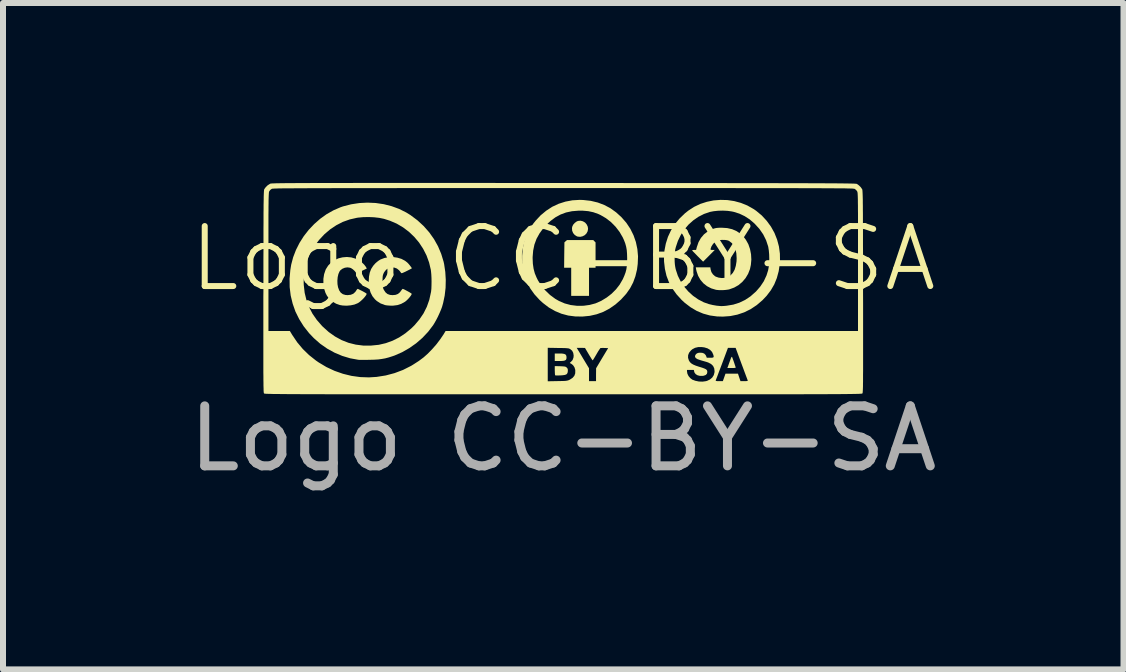
<source format=kicad_pcb>
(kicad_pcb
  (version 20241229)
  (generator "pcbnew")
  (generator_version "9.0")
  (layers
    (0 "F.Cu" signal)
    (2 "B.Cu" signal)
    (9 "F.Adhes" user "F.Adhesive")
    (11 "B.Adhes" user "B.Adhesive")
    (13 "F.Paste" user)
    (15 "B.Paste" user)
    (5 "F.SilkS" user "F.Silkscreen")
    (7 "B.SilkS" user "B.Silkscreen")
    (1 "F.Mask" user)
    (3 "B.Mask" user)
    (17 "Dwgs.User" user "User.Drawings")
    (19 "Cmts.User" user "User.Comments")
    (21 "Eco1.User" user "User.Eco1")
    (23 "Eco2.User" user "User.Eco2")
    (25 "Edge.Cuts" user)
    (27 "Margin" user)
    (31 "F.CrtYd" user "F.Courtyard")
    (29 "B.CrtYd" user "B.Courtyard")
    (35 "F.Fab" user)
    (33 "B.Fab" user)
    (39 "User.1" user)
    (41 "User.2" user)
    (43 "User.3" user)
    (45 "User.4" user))
  (footprint "Logo CC-BY-SA"
    (layer "F.Cu")
    (at 6.339 1.761)
    (property "Reference" "Logo CC-BY-SA" (at 0 -0.5 0) (unlocked yes) (layer "F.SilkS") (effects (font (size 1 1) (thickness 0.1))))
    (attr through_hole)
    (fp_poly (pts (xy -0.019 1.083) (xy 0.014 1.088) (xy 0.036 1.097) (xy 0.048 1.111) (xy 0.054 1.132) (xy 0.055 1.147) (xy 0.053 1.171) (xy 0.045 1.187) (xy 0.029 1.198) (xy 0.004 1.204) (xy -0.034 1.207) (xy -0.059 1.207) (xy -0.141 1.207) (xy -0.141 1.145) (xy -0.141 1.082) (xy -0.066 1.082)) (stroke (width 0) (type solid)) (fill yes) (layer "F.SilkS"))
    (fp_poly (pts (xy 0.52 -0.789) (xy 0.539 -0.77) (xy 0.539 -0.559) (xy 0.539 -0.348) (xy 0.484 -0.348) (xy 0.43 -0.348) (xy 0.43 -0.113) (xy 0.43 0.121) (xy 0.281 0.121) (xy 0.133 0.121) (xy 0.133 -0.113) (xy 0.133 -0.348) (xy 0.074 -0.348) (xy 0.015 -0.348) (xy 0.017 -0.559) (xy 0.02 -0.771) (xy 0.041 -0.79) (xy 0.063 -0.809) (xy 0.282 -0.809) (xy 0.501 -0.809)) (stroke (width 0) (type solid)) (fill yes) (layer "F.SilkS"))
    (fp_poly (pts (xy 0.328 -1.122) (xy 0.364 -1.101) (xy 0.391 -1.07) (xy 0.409 -1.032) (xy 0.414 -0.997) (xy 0.407 -0.956) (xy 0.388 -0.92) (xy 0.359 -0.891) (xy 0.323 -0.872) (xy 0.283 -0.863) (xy 0.241 -0.867) (xy 0.227 -0.872) (xy 0.192 -0.894) (xy 0.165 -0.926) (xy 0.149 -0.965) (xy 0.146 -1.007) (xy 0.15 -1.031) (xy 0.165 -1.064) (xy 0.191 -1.094) (xy 0.223 -1.118) (xy 0.246 -1.128) (xy 0.289 -1.132)) (stroke (width 0) (type solid)) (fill yes) (layer "F.SilkS"))
    (fp_poly (pts (xy 2.815 1.14) (xy 2.82 1.153) (xy 2.828 1.175) (xy 2.839 1.205) (xy 2.85 1.237) (xy 2.86 1.268) (xy 2.869 1.294) (xy 2.874 1.313) (xy 2.875 1.318) (xy 2.868 1.321) (xy 2.849 1.323) (xy 2.821 1.324) (xy 2.806 1.324) (xy 2.736 1.324) (xy 2.75 1.287) (xy 2.759 1.261) (xy 2.771 1.228) (xy 2.784 1.193) (xy 2.785 1.189) (xy 2.796 1.159) (xy 2.804 1.142) (xy 2.81 1.137)) (stroke (width 0) (type solid)) (fill yes) (layer "F.SilkS"))
    (fp_poly (pts (xy -0.051 1.294) (xy -0.012 1.296) (xy 0.015 1.298) (xy 0.033 1.301) (xy 0.045 1.306) (xy 0.055 1.313) (xy 0.058 1.316) (xy 0.071 1.331) (xy 0.076 1.347) (xy 0.077 1.37) (xy 0.077 1.374) (xy 0.073 1.4) (xy 0.064 1.419) (xy 0.049 1.432) (xy 0.023 1.44) (xy -0.014 1.445) (xy -0.048 1.447) (xy -0.082 1.448) (xy -0.11 1.448) (xy -0.129 1.447) (xy -0.135 1.445) (xy -0.137 1.435) (xy -0.139 1.413) (xy -0.14 1.383) (xy -0.141 1.365) (xy -0.141 1.292)) (stroke (width 0) (type solid)) (fill yes) (layer "F.SilkS"))
    (fp_poly (pts (xy -3.533 -0.52) (xy -3.461 -0.499) (xy -3.43 -0.486) (xy -3.391 -0.463) (xy -3.351 -0.432) (xy -3.316 -0.397) (xy -3.29 -0.363) (xy -3.288 -0.359) (xy -3.274 -0.335) (xy -3.361 -0.293) (xy -3.397 -0.275) (xy -3.421 -0.264) (xy -3.437 -0.258) (xy -3.446 -0.257) (xy -3.452 -0.26) (xy -3.455 -0.266) (xy -3.476 -0.293) (xy -3.505 -0.32) (xy -3.536 -0.341) (xy -3.554 -0.348) (xy -3.597 -0.354) (xy -3.64 -0.348) (xy -3.681 -0.331) (xy -3.714 -0.306) (xy -3.729 -0.286) (xy -3.748 -0.243) (xy -3.76 -0.19) (xy -3.765 -0.132) (xy -3.763 -0.074) (xy -3.754 -0.023) (xy -3.735 0.029) (xy -3.709 0.067) (xy -3.674 0.093) (xy -3.631 0.106) (xy -3.594 0.109) (xy -3.542 0.103) (xy -3.5 0.086) (xy -3.467 0.056) (xy -3.455 0.039) (xy -3.442 0.019) (xy -3.431 0.007) (xy -3.427 0.004) (xy -3.417 0.008) (xy -3.398 0.017) (xy -3.372 0.03) (xy -3.344 0.044) (xy -3.317 0.059) (xy -3.295 0.072) (xy -3.281 0.081) (xy -3.279 0.082) (xy -3.278 0.093) (xy -3.287 0.111) (xy -3.304 0.134) (xy -3.327 0.161) (xy -3.353 0.187) (xy -3.381 0.212) (xy -3.408 0.233) (xy -3.429 0.245) (xy -3.481 0.266) (xy -3.543 0.279) (xy -3.61 0.285) (xy -3.675 0.282) (xy -3.723 0.274) (xy -3.786 0.252) (xy -3.844 0.218) (xy -3.896 0.173) (xy -3.937 0.122) (xy -3.963 0.072) (xy -3.987 -0.003) (xy -3.998 -0.083) (xy -3.998 -0.163) (xy -3.986 -0.24) (xy -3.962 -0.311) (xy -3.957 -0.323) (xy -3.919 -0.383) (xy -3.87 -0.434) (xy -3.813 -0.474) (xy -3.748 -0.504) (xy -3.679 -0.521) (xy -3.607 -0.527)) (stroke (width 0) (type solid)) (fill yes) (layer "F.SilkS"))
    (fp_poly (pts (xy 2.733 -1.009) (xy 2.816 -0.99) (xy 2.89 -0.958) (xy 2.956 -0.914) (xy 3.013 -0.856) (xy 3.046 -0.812) (xy 3.086 -0.74) (xy 3.114 -0.659) (xy 3.131 -0.572) (xy 3.136 -0.483) (xy 3.128 -0.395) (xy 3.113 -0.325) (xy 3.082 -0.246) (xy 3.039 -0.174) (xy 2.985 -0.111) (xy 2.922 -0.058) (xy 2.85 -0.017) (xy 2.773 0.011) (xy 2.753 0.016) (xy 2.709 0.022) (xy 2.658 0.026) (xy 2.606 0.026) (xy 2.56 0.022) (xy 2.543 0.019) (xy 2.467 -0.004) (xy 2.398 -0.04) (xy 2.338 -0.087) (xy 2.288 -0.145) (xy 2.249 -0.213) (xy 2.223 -0.288) (xy 2.215 -0.323) (xy 2.21 -0.355) (xy 2.331 -0.355) (xy 2.452 -0.355) (xy 2.457 -0.321) (xy 2.47 -0.276) (xy 2.496 -0.237) (xy 2.53 -0.207) (xy 2.544 -0.199) (xy 2.59 -0.183) (xy 2.641 -0.176) (xy 2.693 -0.179) (xy 2.738 -0.19) (xy 2.741 -0.191) (xy 2.788 -0.22) (xy 2.827 -0.261) (xy 2.857 -0.314) (xy 2.877 -0.379) (xy 2.889 -0.453) (xy 2.891 -0.507) (xy 2.886 -0.588) (xy 2.871 -0.656) (xy 2.846 -0.713) (xy 2.812 -0.758) (xy 2.767 -0.793) (xy 2.758 -0.798) (xy 2.732 -0.806) (xy 2.697 -0.811) (xy 2.656 -0.812) (xy 2.616 -0.81) (xy 2.583 -0.804) (xy 2.576 -0.802) (xy 2.534 -0.779) (xy 2.498 -0.745) (xy 2.471 -0.703) (xy 2.458 -0.666) (xy 2.456 -0.653) (xy 2.46 -0.647) (xy 2.473 -0.645) (xy 2.49 -0.645) (xy 2.527 -0.645) (xy 2.43 -0.547) (xy 2.332 -0.449) (xy 2.24 -0.541) (xy 2.21 -0.572) (xy 2.184 -0.599) (xy 2.163 -0.62) (xy 2.151 -0.634) (xy 2.149 -0.639) (xy 2.156 -0.642) (xy 2.173 -0.644) (xy 2.182 -0.645) (xy 2.215 -0.645) (xy 2.228 -0.694) (xy 2.256 -0.775) (xy 2.296 -0.845) (xy 2.346 -0.904) (xy 2.407 -0.952) (xy 2.479 -0.989) (xy 2.495 -0.995) (xy 2.524 -1.004) (xy 2.55 -1.01) (xy 2.579 -1.013) (xy 2.615 -1.015) (xy 2.641 -1.015)) (stroke (width 0) (type solid)) (fill yes) (layer "F.SilkS"))
    (fp_poly (pts (xy -2.766 -0.516) (xy -2.698 -0.496) (xy -2.637 -0.464) (xy -2.601 -0.436) (xy -2.584 -0.419) (xy -2.565 -0.397) (xy -2.547 -0.374) (xy -2.532 -0.354) (xy -2.524 -0.341) (xy -2.524 -0.338) (xy -2.53 -0.334) (xy -2.548 -0.324) (xy -2.575 -0.31) (xy -2.607 -0.294) (xy -2.61 -0.293) (xy -2.646 -0.275) (xy -2.671 -0.264) (xy -2.687 -0.258) (xy -2.697 -0.257) (xy -2.702 -0.261) (xy -2.704 -0.264) (xy -2.735 -0.304) (xy -2.772 -0.334) (xy -2.815 -0.35) (xy -2.86 -0.353) (xy -2.865 -0.353) (xy -2.914 -0.339) (xy -2.953 -0.314) (xy -2.983 -0.276) (xy -2.99 -0.264) (xy -2.999 -0.244) (xy -3.005 -0.226) (xy -3.009 -0.207) (xy -3.011 -0.182) (xy -3.012 -0.148) (xy -3.012 -0.121) (xy -3.012 -0.079) (xy -3.011 -0.05) (xy -3.008 -0.027) (xy -3.003 -0.009) (xy -2.996 0.009) (xy -2.99 0.021) (xy -2.963 0.062) (xy -2.93 0.09) (xy -2.888 0.105) (xy -2.844 0.109) (xy -2.794 0.104) (xy -2.755 0.089) (xy -2.723 0.062) (xy -2.707 0.041) (xy -2.693 0.021) (xy -2.681 0.008) (xy -2.676 0.004) (xy -2.665 0.008) (xy -2.644 0.017) (xy -2.618 0.031) (xy -2.59 0.046) (xy -2.563 0.061) (xy -2.541 0.075) (xy -2.528 0.084) (xy -2.526 0.087) (xy -2.529 0.099) (xy -2.541 0.119) (xy -2.56 0.144) (xy -2.583 0.17) (xy -2.608 0.195) (xy -2.633 0.216) (xy -2.642 0.222) (xy -2.702 0.255) (xy -2.764 0.275) (xy -2.834 0.284) (xy -2.862 0.285) (xy -2.9 0.283) (xy -2.938 0.28) (xy -2.968 0.275) (xy -2.975 0.273) (xy -3.045 0.247) (xy -3.107 0.207) (xy -3.138 0.179) (xy -3.18 0.127) (xy -3.211 0.067) (xy -3.232 -0.001) (xy -3.241 -0.079) (xy -3.242 -0.12) (xy -3.238 -0.199) (xy -3.225 -0.267) (xy -3.202 -0.327) (xy -3.168 -0.38) (xy -3.134 -0.419) (xy -3.106 -0.444) (xy -3.076 -0.467) (xy -3.05 -0.483) (xy -3.049 -0.484) (xy -2.982 -0.51) (xy -2.91 -0.524) (xy -2.837 -0.526)) (stroke (width 0) (type solid)) (fill yes) (layer "F.SilkS"))
    (fp_poly (pts (xy 0.335 -1.477) (xy 0.459 -1.463) (xy 0.576 -1.435) (xy 0.684 -1.394) (xy 0.786 -1.34) (xy 0.882 -1.271) (xy 0.971 -1.19) (xy 1.052 -1.097) (xy 1.119 -0.996) (xy 1.172 -0.889) (xy 1.211 -0.777) (xy 1.236 -0.659) (xy 1.247 -0.537) (xy 1.242 -0.411) (xy 1.23 -0.317) (xy 1.203 -0.205) (xy 1.165 -0.101) (xy 1.114 -0.004) (xy 1.049 0.088) (xy 0.969 0.176) (xy 0.966 0.18) (xy 0.871 0.264) (xy 0.772 0.333) (xy 0.668 0.388) (xy 0.558 0.428) (xy 0.443 0.454) (xy 0.32 0.466) (xy 0.199 0.464) (xy 0.083 0.449) (xy -0.029 0.419) (xy -0.137 0.374) (xy -0.24 0.315) (xy -0.338 0.24) (xy -0.394 0.189) (xy -0.479 0.096) (xy -0.549 -0.002) (xy -0.605 -0.105) (xy -0.646 -0.214) (xy -0.672 -0.328) (xy -0.685 -0.45) (xy -0.685 -0.504) (xy -0.51 -0.504) (xy -0.506 -0.413) (xy -0.494 -0.331) (xy -0.474 -0.255) (xy -0.443 -0.181) (xy -0.422 -0.139) (xy -0.366 -0.05) (xy -0.297 0.032) (xy -0.219 0.107) (xy -0.132 0.171) (xy -0.071 0.206) (xy 0.024 0.247) (xy 0.125 0.274) (xy 0.231 0.287) (xy 0.34 0.286) (xy 0.441 0.272) (xy 0.539 0.246) (xy 0.634 0.204) (xy 0.726 0.148) (xy 0.807 0.085) (xy 0.88 0.012) (xy 0.94 -0.065) (xy 0.99 -0.151) (xy 0.993 -0.156) (xy 1.019 -0.215) (xy 1.039 -0.269) (xy 1.053 -0.323) (xy 1.061 -0.382) (xy 1.065 -0.448) (xy 1.066 -0.504) (xy 1.064 -0.579) (xy 1.059 -0.643) (xy 1.049 -0.699) (xy 1.034 -0.753) (xy 1.013 -0.808) (xy 0.993 -0.852) (xy 0.939 -0.945) (xy 0.873 -1.031) (xy 0.797 -1.108) (xy 0.712 -1.174) (xy 0.621 -1.227) (xy 0.584 -1.244) (xy 0.502 -1.273) (xy 0.417 -1.291) (xy 0.325 -1.299) (xy 0.254 -1.299) (xy 0.146 -1.29) (xy 0.047 -1.269) (xy -0.044 -1.235) (xy -0.129 -1.189) (xy -0.21 -1.129) (xy -0.253 -1.09) (xy -0.332 -1.007) (xy -0.395 -0.92) (xy -0.445 -0.83) (xy -0.48 -0.735) (xy -0.501 -0.634) (xy -0.51 -0.525) (xy -0.51 -0.504) (xy -0.685 -0.504) (xy -0.685 -0.546) (xy -0.675 -0.666) (xy -0.652 -0.778) (xy -0.615 -0.883) (xy -0.565 -0.984) (xy -0.5 -1.082) (xy -0.46 -1.132) (xy -0.376 -1.222) (xy -0.283 -1.299) (xy -0.183 -1.364) (xy -0.076 -1.414) (xy 0.037 -1.45) (xy 0.154 -1.472) (xy 0.275 -1.479)) (stroke (width 0) (type solid)) (fill yes) (layer "F.SilkS"))
    (fp_poly (pts (xy 2.736 -1.476) (xy 2.85 -1.459) (xy 2.961 -1.429) (xy 3.068 -1.386) (xy 3.169 -1.329) (xy 3.215 -1.298) (xy 3.31 -1.219) (xy 3.392 -1.13) (xy 3.463 -1.033) (xy 3.521 -0.929) (xy 3.565 -0.818) (xy 3.596 -0.702) (xy 3.612 -0.583) (xy 3.614 -0.461) (xy 3.61 -0.414) (xy 3.592 -0.29) (xy 3.561 -0.176) (xy 3.518 -0.07) (xy 3.461 0.028) (xy 3.391 0.12) (xy 3.322 0.193) (xy 3.226 0.275) (xy 3.124 0.343) (xy 3.016 0.396) (xy 2.903 0.434) (xy 2.785 0.458) (xy 2.661 0.467) (xy 2.563 0.464) (xy 2.446 0.448) (xy 2.333 0.417) (xy 2.226 0.372) (xy 2.123 0.311) (xy 2.026 0.237) (xy 1.973 0.188) (xy 1.888 0.094) (xy 1.818 -0.004) (xy 1.762 -0.106) (xy 1.721 -0.215) (xy 1.695 -0.329) (xy 1.681 -0.45) (xy 1.68 -0.498) (xy 1.857 -0.498) (xy 1.857 -0.496) (xy 1.858 -0.445) (xy 1.861 -0.405) (xy 1.866 -0.369) (xy 1.873 -0.332) (xy 1.878 -0.313) (xy 1.911 -0.213) (xy 1.958 -0.119) (xy 2.017 -0.031) (xy 2.086 0.049) (xy 2.164 0.12) (xy 2.25 0.18) (xy 2.342 0.228) (xy 2.427 0.258) (xy 2.49 0.273) (xy 2.558 0.285) (xy 2.623 0.291) (xy 2.633 0.292) (xy 2.649 0.291) (xy 2.676 0.29) (xy 2.71 0.287) (xy 2.727 0.285) (xy 2.835 0.267) (xy 2.936 0.235) (xy 3.032 0.189) (xy 3.122 0.129) (xy 3.208 0.053) (xy 3.212 0.05) (xy 3.284 -0.033) (xy 3.344 -0.123) (xy 3.389 -0.22) (xy 3.416 -0.306) (xy 3.426 -0.361) (xy 3.433 -0.427) (xy 3.435 -0.498) (xy 3.433 -0.57) (xy 3.427 -0.637) (xy 3.418 -0.695) (xy 3.416 -0.703) (xy 3.382 -0.806) (xy 3.334 -0.903) (xy 3.271 -0.994) (xy 3.195 -1.078) (xy 3.189 -1.084) (xy 3.109 -1.153) (xy 3.026 -1.207) (xy 2.938 -1.249) (xy 2.843 -1.279) (xy 2.811 -1.286) (xy 2.741 -1.296) (xy 2.663 -1.3) (xy 2.583 -1.298) (xy 2.507 -1.29) (xy 2.445 -1.278) (xy 2.346 -1.244) (xy 2.252 -1.196) (xy 2.166 -1.136) (xy 2.087 -1.065) (xy 2.018 -0.984) (xy 1.959 -0.893) (xy 1.912 -0.796) (xy 1.877 -0.692) (xy 1.866 -0.648) (xy 1.863 -0.622) (xy 1.86 -0.585) (xy 1.858 -0.543) (xy 1.857 -0.498) (xy 1.68 -0.498) (xy 1.68 -0.508) (xy 1.687 -0.63) (xy 1.71 -0.749) (xy 1.746 -0.863) (xy 1.797 -0.972) (xy 1.861 -1.074) (xy 1.939 -1.168) (xy 2.029 -1.255) (xy 2.087 -1.301) (xy 2.183 -1.363) (xy 2.286 -1.412) (xy 2.395 -1.447) (xy 2.507 -1.47) (xy 2.622 -1.479)) (stroke (width 0) (type solid)) (fill yes) (layer "F.SilkS"))
    (fp_poly (pts (xy -3.126 -1.427) (xy -2.991 -1.407) (xy -2.861 -1.374) (xy -2.735 -1.328) (xy -2.617 -1.269) (xy -2.546 -1.225) (xy -2.431 -1.139) (xy -2.327 -1.043) (xy -2.234 -0.938) (xy -2.154 -0.825) (xy -2.087 -0.705) (xy -2.034 -0.579) (xy -1.994 -0.448) (xy -1.985 -0.406) (xy -1.966 -0.278) (xy -1.958 -0.146) (xy -1.961 -0.013) (xy -1.976 0.117) (xy -2.002 0.241) (xy -2.02 0.305) (xy -2.038 0.353) (xy -2.062 0.409) (xy -2.089 0.468) (xy -2.119 0.526) (xy -2.148 0.577) (xy -2.169 0.611) (xy -2.252 0.72) (xy -2.347 0.821) (xy -2.452 0.912) (xy -2.566 0.992) (xy -2.685 1.06) (xy -2.81 1.115) (xy -2.848 1.128) (xy -2.911 1.148) (xy -2.968 1.163) (xy -3.025 1.173) (xy -3.084 1.181) (xy -3.151 1.185) (xy -3.229 1.187) (xy -3.231 1.187) (xy -3.28 1.188) (xy -3.326 1.188) (xy -3.366 1.188) (xy -3.396 1.188) (xy -3.413 1.187) (xy -3.414 1.187) (xy -3.551 1.162) (xy -3.684 1.122) (xy -3.812 1.068) (xy -3.934 1.001) (xy -4.05 0.92) (xy -4.157 0.826) (xy -4.236 0.743) (xy -4.326 0.629) (xy -4.402 0.508) (xy -4.464 0.383) (xy -4.51 0.252) (xy -4.543 0.116) (xy -4.56 -0.023) (xy -4.561 -0.11) (xy -4.327 -0.11) (xy -4.325 -0.059) (xy -4.31 0.071) (xy -4.28 0.193) (xy -4.237 0.308) (xy -4.18 0.418) (xy -4.108 0.522) (xy -4.021 0.622) (xy -4.007 0.636) (xy -3.908 0.725) (xy -3.803 0.799) (xy -3.693 0.859) (xy -3.578 0.904) (xy -3.458 0.934) (xy -3.333 0.95) (xy -3.204 0.95) (xy -3.075 0.937) (xy -2.959 0.91) (xy -2.845 0.869) (xy -2.735 0.814) (xy -2.631 0.745) (xy -2.532 0.663) (xy -2.48 0.612) (xy -2.397 0.514) (xy -2.328 0.412) (xy -2.274 0.304) (xy -2.233 0.189) (xy -2.206 0.066) (xy -2.203 0.051) (xy -2.198 0.005) (xy -2.196 -0.051) (xy -2.195 -0.114) (xy -2.196 -0.177) (xy -2.199 -0.237) (xy -2.204 -0.289) (xy -2.207 -0.313) (xy -2.236 -0.435) (xy -2.279 -0.553) (xy -2.335 -0.663) (xy -2.403 -0.767) (xy -2.482 -0.861) (xy -2.571 -0.946) (xy -2.669 -1.02) (xy -2.776 -1.083) (xy -2.89 -1.132) (xy -2.988 -1.163) (xy -3.066 -1.179) (xy -3.153 -1.189) (xy -3.245 -1.193) (xy -3.336 -1.191) (xy -3.421 -1.183) (xy -3.44 -1.18) (xy -3.559 -1.153) (xy -3.674 -1.112) (xy -3.783 -1.056) (xy -3.886 -0.987) (xy -3.982 -0.905) (xy -4.07 -0.811) (xy -4.15 -0.705) (xy -4.183 -0.654) (xy -4.233 -0.557) (xy -4.274 -0.45) (xy -4.303 -0.338) (xy -4.321 -0.223) (xy -4.327 -0.11) (xy -4.561 -0.11) (xy -4.562 -0.166) (xy -4.549 -0.311) (xy -4.535 -0.398) (xy -4.502 -0.523) (xy -4.455 -0.645) (xy -4.396 -0.762) (xy -4.325 -0.874) (xy -4.243 -0.979) (xy -4.151 -1.076) (xy -4.051 -1.164) (xy -3.945 -1.24) (xy -3.832 -1.304) (xy -3.715 -1.355) (xy -3.672 -1.37) (xy -3.537 -1.405) (xy -3.4 -1.426) (xy -3.263 -1.433)) (stroke (width 0) (type solid)) (fill yes) (layer "F.SilkS"))
    (fp_poly (pts (xy -2.403 -1.761) (xy -2.18 -1.761) (xy -1.945 -1.761) (xy -1.696 -1.761) (xy -1.434 -1.761) (xy -1.157 -1.761) (xy -0.867 -1.76) (xy -0.561 -1.76) (xy -0.241 -1.76) (xy 0.012 -1.76) (xy 0.342 -1.76) (xy 0.657 -1.76) (xy 0.958 -1.76) (xy 1.243 -1.759) (xy 1.515 -1.759) (xy 1.773 -1.759) (xy 2.017 -1.759) (xy 2.248 -1.759) (xy 2.466 -1.759) (xy 2.673 -1.759) (xy 2.867 -1.758) (xy 3.049 -1.758) (xy 3.22 -1.758) (xy 3.38 -1.758) (xy 3.53 -1.758) (xy 3.669 -1.757) (xy 3.799 -1.757) (xy 3.919 -1.757) (xy 4.03 -1.757) (xy 4.132 -1.756) (xy 4.226 -1.756) (xy 4.312 -1.756) (xy 4.39 -1.755) (xy 4.461 -1.755) (xy 4.525 -1.755) (xy 4.582 -1.754) (xy 4.633 -1.754) (xy 4.678 -1.753) (xy 4.718 -1.753) (xy 4.753 -1.752) (xy 4.782 -1.752) (xy 4.808 -1.751) (xy 4.829 -1.75) (xy 4.846 -1.75) (xy 4.861 -1.749) (xy 4.872 -1.748) (xy 4.881 -1.748) (xy 4.887 -1.747) (xy 4.892 -1.746) (xy 4.895 -1.745) (xy 4.896 -1.744) (xy 4.929 -1.721) (xy 4.961 -1.689) (xy 4.983 -1.657) (xy 4.984 -1.654) (xy 4.986 -1.649) (xy 4.987 -1.642) (xy 4.988 -1.632) (xy 4.989 -1.618) (xy 4.99 -1.601) (xy 4.991 -1.579) (xy 4.992 -1.552) (xy 4.993 -1.519) (xy 4.994 -1.479) (xy 4.994 -1.432) (xy 4.995 -1.378) (xy 4.995 -1.315) (xy 4.996 -1.243) (xy 4.996 -1.161) (xy 4.996 -1.07) (xy 4.997 -0.967) (xy 4.997 -0.853) (xy 4.997 -0.727) (xy 4.998 -0.588) (xy 4.998 -0.436) (xy 4.998 -0.27) (xy 4.998 -0.09) (xy 4.998 0.05) (xy 4.999 0.242) (xy 4.999 0.418) (xy 4.999 0.58) (xy 4.999 0.729) (xy 4.999 0.864) (xy 4.999 0.987) (xy 4.999 1.097) (xy 4.999 1.197) (xy 4.999 1.286) (xy 4.999 1.364) (xy 4.998 1.433) (xy 4.998 1.494) (xy 4.998 1.546) (xy 4.997 1.59) (xy 4.997 1.627) (xy 4.996 1.658) (xy 4.995 1.683) (xy 4.994 1.703) (xy 4.993 1.718) (xy 4.992 1.73) (xy 4.991 1.738) (xy 4.99 1.743) (xy 4.988 1.746) (xy 4.987 1.747) (xy 4.986 1.748) (xy 4.984 1.749) (xy 4.981 1.75) (xy 4.976 1.751) (xy 4.97 1.752) (xy 4.961 1.753) (xy 4.949 1.753) (xy 4.934 1.754) (xy 4.916 1.755) (xy 4.895 1.755) (xy 4.869 1.756) (xy 4.839 1.756) (xy 4.804 1.757) (xy 4.764 1.757) (xy 4.719 1.758) (xy 4.667 1.758) (xy 4.61 1.759) (xy 4.546 1.759) (xy 4.475 1.759) (xy 4.396 1.76) (xy 4.31 1.76) (xy 4.216 1.76) (xy 4.114 1.76) (xy 4.003 1.761) (xy 3.883 1.761) (xy 3.754 1.761) (xy 3.614 1.761) (xy 3.465 1.761) (xy 3.305 1.761) (xy 3.134 1.761) (xy 2.952 1.761) (xy 2.758 1.762) (xy 2.553 1.762) (xy 2.335 1.762) (xy 2.105 1.762) (xy 1.861 1.762) (xy 1.604 1.762) (xy 1.334 1.762) (xy 1.049 1.762) (xy 0.75 1.762) (xy 0.436 1.762) (xy 0.107 1.762) (xy -0.000001 1.762) (xy -0.334 1.762) (xy -0.653 1.762) (xy -0.956 1.762) (xy -1.245 1.762) (xy -1.52 1.762) (xy -1.782 1.762) (xy -2.029 1.762) (xy -2.264 1.762) (xy -2.486 1.762) (xy -2.695 1.762) (xy -2.892 1.762) (xy -3.078 1.761) (xy -3.252 1.761) (xy -3.416 1.761) (xy -3.568 1.761) (xy -3.711 1.761) (xy -3.843 1.761) (xy -3.966 1.761) (xy -4.08 1.76) (xy -4.185 1.76) (xy -4.282 1.76) (xy -4.37 1.76) (xy -4.451 1.759) (xy -4.524 1.759) (xy -4.59 1.759) (xy -4.65 1.758) (xy -4.703 1.758) (xy -4.75 1.757) (xy -4.792 1.757) (xy -4.829 1.757) (xy -4.86 1.756) (xy -4.887 1.755) (xy -4.91 1.755) (xy -4.929 1.754) (xy -4.945 1.754) (xy -4.957 1.753) (xy -4.967 1.752) (xy -4.974 1.751) (xy -4.98 1.75) (xy -4.983 1.75) (xy -4.986 1.749) (xy -4.987 1.748) (xy -4.987 1.747) (xy -4.989 1.745) (xy -4.99 1.741) (xy -4.992 1.734) (xy -4.993 1.725) (xy -4.994 1.711) (xy -4.995 1.694) (xy -4.995 1.671) (xy -4.996 1.643) (xy -4.997 1.609) (xy -4.997 1.568) (xy -4.998 1.52) (xy -4.998 1.464) (xy -4.999 1.399) (xy -4.999 1.325) (xy -4.999 1.242) (xy -4.999 1.148) (xy -4.999 1.042) (xy -4.999 0.926) (xy -4.999 0.797) (xy -4.999 0.707) (xy -4.914 0.707) (xy -4.736 0.707) (xy -4.557 0.707) (xy -4.517 0.773) (xy -4.434 0.896) (xy -4.341 1.007) (xy -4.237 1.108) (xy -4.121 1.2) (xy -4.076 1.231) (xy -3.947 1.308) (xy -3.812 1.371) (xy -3.672 1.42) (xy -3.529 1.455) (xy -3.384 1.475) (xy -3.238 1.48) (xy -3.111 1.472) (xy -2.959 1.448) (xy -2.812 1.409) (xy -2.671 1.356) (xy -2.536 1.288) (xy -2.5 1.266) (xy -0.258 1.266) (xy -0.258 1.545) (xy -0.096 1.542) (xy -0.041 1.541) (xy -0.00027 1.54) (xy 0.03 1.539) (xy 0.053 1.536) (xy 0.07 1.533) (xy 0.085 1.529) (xy 0.099 1.523) (xy 0.113 1.516) (xy 0.156 1.488) (xy 0.185 1.454) (xy 0.2 1.413) (xy 0.201 1.364) (xy 0.2 1.352) (xy 0.187 1.311) (xy 0.164 1.277) (xy 0.137 1.255) (xy 0.12 1.246) (xy 0.111 1.241) (xy 0.11 1.24) (xy 0.113 1.235) (xy 0.125 1.224) (xy 0.128 1.222) (xy 0.156 1.191) (xy 0.171 1.15) (xy 0.174 1.116) (xy 0.167 1.072) (xy 0.149 1.036) (xy 0.117 1.009) (xy 0.107 1.004) (xy 0.097 0.999) (xy 0.083 0.996) (xy 0.063 0.994) (xy 0.037 0.992) (xy -0.000088 0.991) (xy -0.049 0.99) (xy -0.084 0.99) (xy -0.183 0.988) (xy 0.225 0.988) (xy 0.241 1.014) (xy 0.249 1.028) (xy 0.265 1.053) (xy 0.285 1.087) (xy 0.309 1.127) (xy 0.335 1.171) (xy 0.343 1.184) (xy 0.43 1.328) (xy 0.43 1.436) (xy 0.43 1.543) (xy 0.488 1.543) (xy 0.547 1.543) (xy 0.547 1.436) (xy 0.548 1.356) (xy 2.063 1.356) (xy 2.063 1.379) (xy 2.07 1.419) (xy 2.089 1.458) (xy 2.118 1.492) (xy 2.152 1.518) (xy 2.204 1.537) (xy 2.262 1.549) (xy 2.323 1.551) (xy 2.38 1.543) (xy 2.397 1.538) (xy 2.402 1.536) (xy 2.541 1.536) (xy 2.546 1.539) (xy 2.564 1.542) (xy 2.591 1.543) (xy 2.599 1.543) (xy 2.661 1.543) (xy 2.683 1.481) (xy 2.705 1.418) (xy 2.809 1.418) (xy 2.913 1.418) (xy 2.934 1.481) (xy 2.955 1.543) (xy 3.017 1.543) (xy 3.05 1.542) (xy 3.069 1.54) (xy 3.076 1.536) (xy 3.076 1.533) (xy 3.073 1.524) (xy 3.065 1.502) (xy 3.052 1.468) (xy 3.036 1.425) (xy 3.017 1.374) (xy 2.996 1.317) (xy 2.973 1.256) (xy 2.874 0.988) (xy 2.81 0.988) (xy 2.746 0.988) (xy 2.645 1.259) (xy 2.622 1.32) (xy 2.6 1.377) (xy 2.581 1.428) (xy 2.565 1.471) (xy 2.552 1.504) (xy 2.544 1.527) (xy 2.541 1.536) (xy 2.541 1.536) (xy 2.402 1.536) (xy 2.446 1.515) (xy 2.484 1.483) (xy 2.51 1.442) (xy 2.522 1.395) (xy 2.523 1.377) (xy 2.517 1.329) (xy 2.498 1.289) (xy 2.465 1.257) (xy 2.419 1.233) (xy 2.391 1.223) (xy 2.353 1.212) (xy 2.31 1.2) (xy 2.281 1.191) (xy 2.238 1.176) (xy 2.21 1.158) (xy 2.197 1.138) (xy 2.199 1.116) (xy 2.213 1.093) (xy 2.231 1.079) (xy 2.254 1.071) (xy 2.27 1.069) (xy 2.315 1.07) (xy 2.349 1.082) (xy 2.373 1.106) (xy 2.381 1.121) (xy 2.393 1.152) (xy 2.451 1.152) (xy 2.482 1.152) (xy 2.5 1.148) (xy 2.508 1.139) (xy 2.507 1.122) (xy 2.5 1.098) (xy 2.481 1.056) (xy 2.449 1.022) (xy 2.405 0.996) (xy 2.352 0.98) (xy 2.312 0.975) (xy 2.25 0.975) (xy 2.198 0.987) (xy 2.154 1.01) (xy 2.13 1.03) (xy 2.098 1.069) (xy 2.082 1.11) (xy 2.081 1.154) (xy 2.095 1.198) (xy 2.096 1.199) (xy 2.112 1.225) (xy 2.135 1.247) (xy 2.166 1.266) (xy 2.208 1.284) (xy 2.262 1.302) (xy 2.269 1.304) (xy 2.318 1.319) (xy 2.353 1.332) (xy 2.378 1.344) (xy 2.393 1.357) (xy 2.4 1.372) (xy 2.402 1.39) (xy 2.402 1.391) (xy 2.396 1.419) (xy 2.376 1.44) (xy 2.343 1.452) (xy 2.326 1.455) (xy 2.279 1.455) (xy 2.239 1.445) (xy 2.208 1.426) (xy 2.188 1.399) (xy 2.183 1.382) (xy 2.178 1.356) (xy 2.12 1.356) (xy 2.063 1.356) (xy 0.548 1.356) (xy 0.548 1.328) (xy 0.648 1.16) (xy 0.749 0.992) (xy 0.689 0.99) (xy 0.66 0.989) (xy 0.636 0.99) (xy 0.622 0.991) (xy 0.621 0.991) (xy 0.614 0.999) (xy 0.601 1.018) (xy 0.583 1.045) (xy 0.563 1.079) (xy 0.555 1.093) (xy 0.534 1.129) (xy 0.516 1.159) (xy 0.502 1.181) (xy 0.494 1.194) (xy 0.492 1.196) (xy 0.486 1.19) (xy 0.474 1.174) (xy 0.458 1.148) (xy 0.438 1.116) (xy 0.425 1.094) (xy 0.363 0.989) (xy 0.294 0.988) (xy 0.225 0.988) (xy -0.183 0.988) (xy -0.258 0.987) (xy -0.258 1.266) (xy -2.5 1.266) (xy -2.407 1.206) (xy -2.328 1.147) (xy -2.257 1.084) (xy -2.185 1.01) (xy -2.114 0.929) (xy -2.049 0.843) (xy -1.992 0.759) (xy -1.99 0.755) (xy -1.961 0.707) (xy 1.477 0.707) (xy 4.914 0.707) (xy 4.914 -0.444) (xy 4.914 -0.6) (xy 4.914 -0.742) (xy 4.914 -0.87) (xy 4.914 -0.985) (xy 4.914 -1.086) (xy 4.914 -1.177) (xy 4.914 -1.256) (xy 4.913 -1.324) (xy 4.913 -1.383) (xy 4.912 -1.434) (xy 4.912 -1.476) (xy 4.911 -1.511) (xy 4.91 -1.54) (xy 4.909 -1.562) (xy 4.908 -1.58) (xy 4.907 -1.594) (xy 4.905 -1.604) (xy 4.904 -1.611) (xy 4.902 -1.616) (xy 4.9 -1.621) (xy 4.9 -1.621) (xy 4.883 -1.643) (xy 4.861 -1.661) (xy 4.859 -1.662) (xy 4.857 -1.663) (xy 4.854 -1.664) (xy 4.85 -1.664) (xy 4.844 -1.665) (xy 4.836 -1.666) (xy 4.826 -1.667) (xy 4.813 -1.668) (xy 4.797 -1.668) (xy 4.778 -1.669) (xy 4.755 -1.669) (xy 4.728 -1.67) (xy 4.696 -1.671) (xy 4.66 -1.671) (xy 4.618 -1.672) (xy 4.571 -1.672) (xy 4.518 -1.672) (xy 4.458 -1.673) (xy 4.392 -1.673) (xy 4.318 -1.673) (xy 4.238 -1.674) (xy 4.149 -1.674) (xy 4.052 -1.674) (xy 3.947 -1.674) (xy 3.833 -1.675) (xy 3.71 -1.675) (xy 3.577 -1.675) (xy 3.434 -1.675) (xy 3.281 -1.675) (xy 3.117 -1.675) (xy 2.942 -1.675) (xy 2.756 -1.676) (xy 2.558 -1.676) (xy 2.348 -1.676) (xy 2.125 -1.676) (xy 1.889 -1.676) (xy 1.64 -1.676) (xy 1.378 -1.676) (xy 1.101 -1.676) (xy 0.811 -1.676) (xy 0.505 -1.676) (xy 0.185 -1.676) (xy 0.000121 -1.676) (xy -0.329 -1.676) (xy -0.643 -1.676) (xy -0.942 -1.676) (xy -1.227 -1.676) (xy -1.498 -1.676) (xy -1.754 -1.676) (xy -1.997 -1.676) (xy -2.228 -1.676) (xy -2.445 -1.676) (xy -2.65 -1.676) (xy -2.843 -1.675) (xy -3.025 -1.675) (xy -3.195 -1.675) (xy -3.354 -1.675) (xy -3.503 -1.675) (xy -3.641 -1.675) (xy -3.77 -1.675) (xy -3.889 -1.674) (xy -4 -1.674) (xy -4.101 -1.674) (xy -4.194 -1.674) (xy -4.279 -1.673) (xy -4.357 -1.673) (xy -4.427 -1.673) (xy -4.49 -1.672) (xy -4.547 -1.672) (xy -4.598 -1.672) (xy -4.642 -1.671) (xy -4.682 -1.671) (xy -4.716 -1.67) (xy -4.745 -1.67) (xy -4.77 -1.669) (xy -4.792 -1.668) (xy -4.809 -1.668) (xy -4.823 -1.667) (xy -4.835 -1.666) (xy -4.843 -1.666) (xy -4.85 -1.665) (xy -4.855 -1.664) (xy -4.858 -1.663) (xy -4.86 -1.662) (xy -4.884 -1.644) (xy -4.901 -1.621) (xy -4.903 -1.617) (xy -4.904 -1.611) (xy -4.906 -1.603) (xy -4.907 -1.592) (xy -4.908 -1.577) (xy -4.909 -1.557) (xy -4.91 -1.533) (xy -4.911 -1.502) (xy -4.912 -1.464) (xy -4.912 -1.419) (xy -4.913 -1.366) (xy -4.913 -1.304) (xy -4.914 -1.231) (xy -4.914 -1.149) (xy -4.914 -1.055) (xy -4.914 -0.948) (xy -4.914 -0.829) (xy -4.914 -0.697) (xy -4.914 -0.55) (xy -4.914 -0.443) (xy -4.914 0.707) (xy -4.999 0.707) (xy -4.999 0.655) (xy -4.999 0.499) (xy -4.999 0.33) (xy -4.999 0.146) (xy -4.998 0.05) (xy -4.998 -0.141) (xy -4.998 -0.318) (xy -4.998 -0.48) (xy -4.997 -0.628) (xy -4.997 -0.763) (xy -4.997 -0.885) (xy -4.997 -0.996) (xy -4.996 -1.096) (xy -4.996 -1.184) (xy -4.996 -1.263) (xy -4.995 -1.332) (xy -4.995 -1.393) (xy -4.994 -1.445) (xy -4.993 -1.49) (xy -4.993 -1.527) (xy -4.992 -1.559) (xy -4.991 -1.585) (xy -4.99 -1.605) (xy -4.989 -1.622) (xy -4.988 -1.634) (xy -4.987 -1.643) (xy -4.986 -1.65) (xy -4.984 -1.655) (xy -4.983 -1.658) (xy -4.958 -1.692) (xy -4.926 -1.723) (xy -4.891 -1.745) (xy -4.88 -1.75) (xy -4.877 -1.751) (xy -4.872 -1.752) (xy -4.864 -1.752) (xy -4.853 -1.753) (xy -4.839 -1.754) (xy -4.822 -1.754) (xy -4.8 -1.755) (xy -4.775 -1.756) (xy -4.744 -1.756) (xy -4.709 -1.757) (xy -4.668 -1.757) (xy -4.622 -1.758) (xy -4.57 -1.758) (xy -4.511 -1.758) (xy -4.445 -1.759) (xy -4.372 -1.759) (xy -4.292 -1.759) (xy -4.204 -1.76) (xy -4.107 -1.76) (xy -4.002 -1.76) (xy -3.889 -1.76) (xy -3.765 -1.76) (xy -3.633 -1.76) (xy -3.49 -1.761) (xy -3.337 -1.761) (xy -3.173 -1.761) (xy -2.998 -1.761) (xy -2.812 -1.761) (xy -2.613 -1.761)) (stroke (width 0) (type solid)) (fill yes) (layer "F.SilkS"))
    (fp_text user "${REFERENCE}" (at 0 2.5 0) (unlocked yes) (layer "F.Fab") (effects (font (size 1 1) (thickness 0.15)))))
  (gr_rect
    (start -3 -3)
    (end 15.679 8.109)
    (stroke (width 0.1) (type default))
    (fill no)
    (layer "Edge.Cuts")))
</source>
